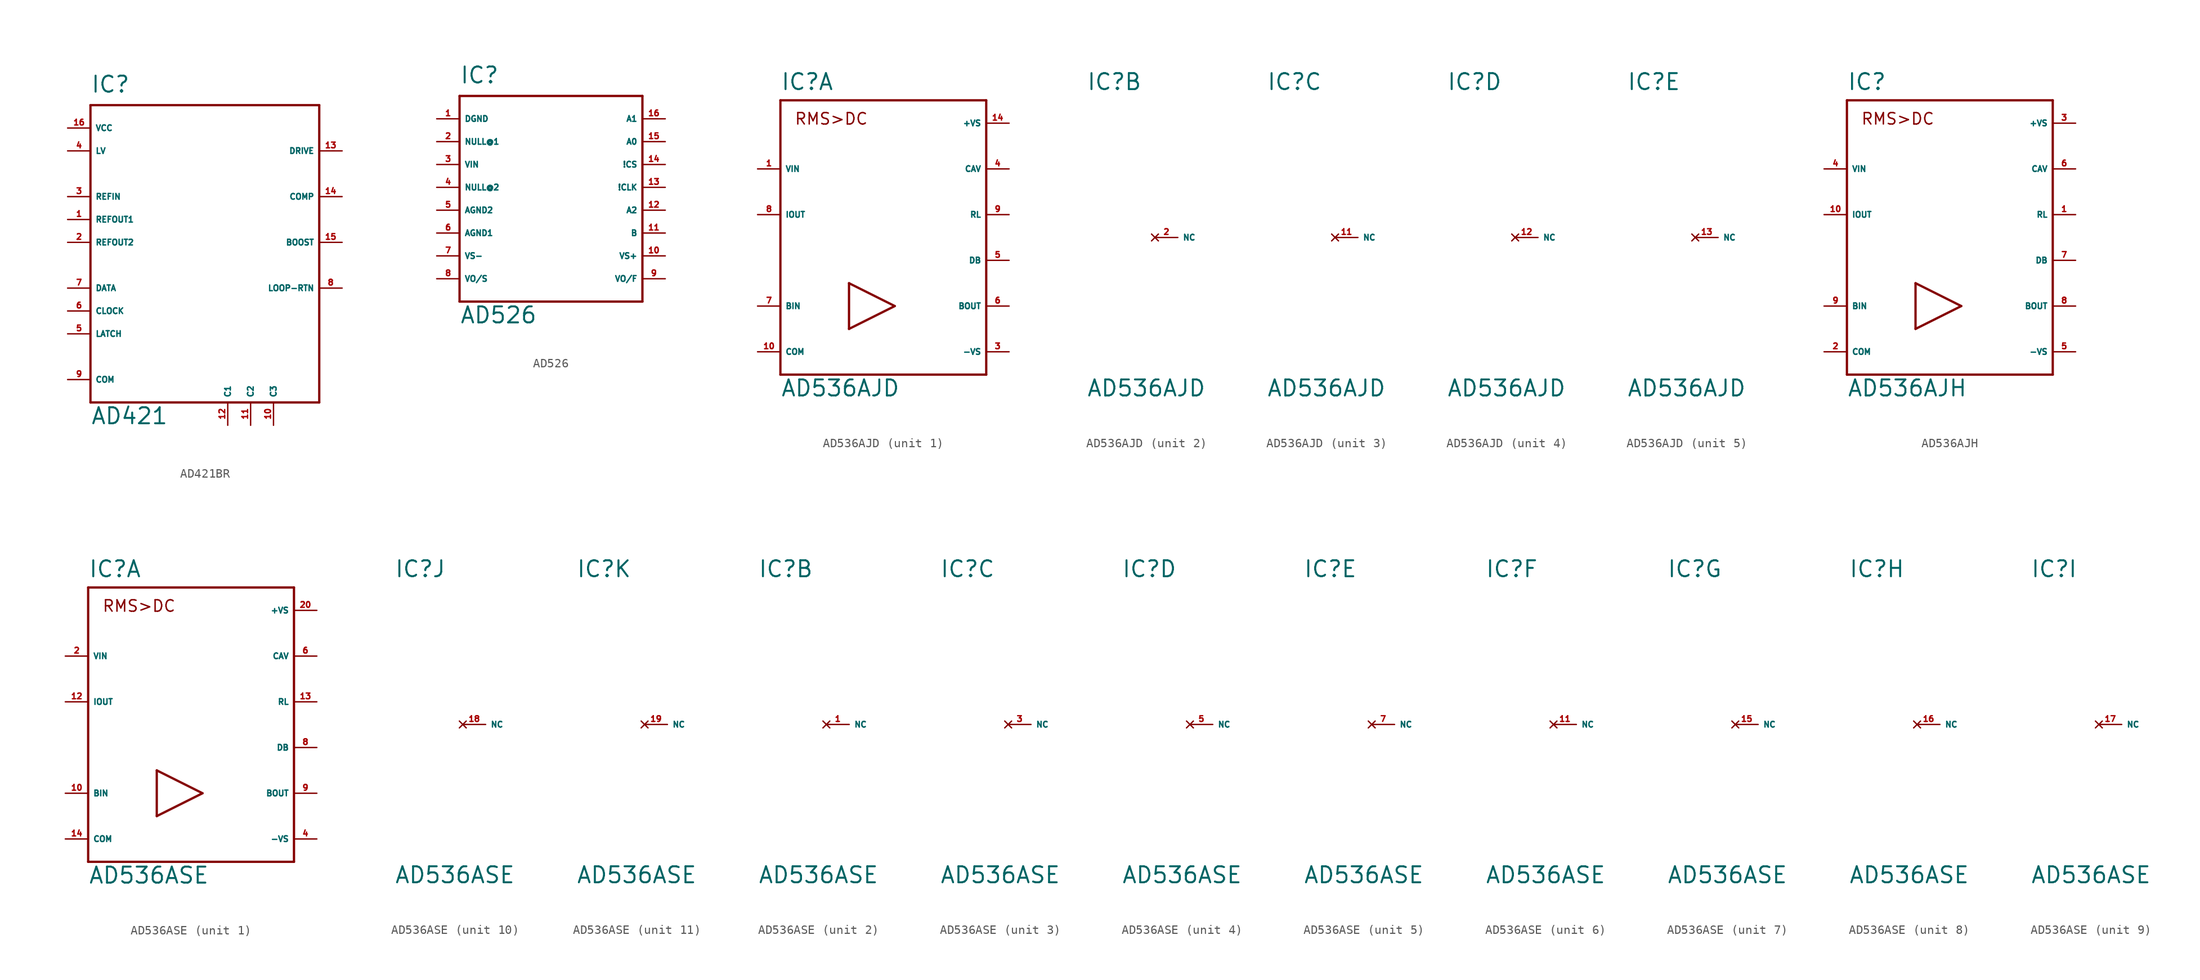
<source format=kicad_sym>
(kicad_symbol_lib
  (version 20220914)
  (generator Eagle2Kicad)
  (symbol "AD421BR"
    (property "Reference" "IC"
      (at -12.7 16.51 0)
      (effects (font (size 1.778 1.778) (thickness 0.22)) (justify left bottom)))
    (property "Value" "AD421"
      (at -12.7 -20.32 0)
      (effects (font (size 1.778 1.778) (thickness 0.22)) (justify left bottom)))
    (polyline
      (pts (xy -12.7 15.24) (xy 12.7 15.24))
      (stroke (width 0.254) (type default))
      (fill (type none)))
    (polyline
      (pts (xy 12.7 15.24) (xy 12.7 -17.78))
      (stroke (width 0.254) (type default))
      (fill (type none)))
    (polyline
      (pts (xy 12.7 -17.78) (xy -12.7 -17.78))
      (stroke (width 0.254) (type default))
      (fill (type none)))
    (polyline
      (pts (xy -12.7 -17.78) (xy -12.7 15.24))
      (stroke (width 0.254) (type default))
      (fill (type none)))
    (pin output line
      (at 15.24 10.16 180)
      (length 2.54)
      (name "DRIVE" (effects (font (size 0.635 0.635) (thickness 0.08)) (justify left bottom)))
      (number "13" (effects (font (size 0.635 0.635) (thickness 0.08)) (justify left bottom))))
    (pin open_collector line
      (at 15.24 0 180)
      (length 2.54)
      (name "BOOST" (effects (font (size 0.635 0.635) (thickness 0.08)) (justify left bottom)))
      (number "15" (effects (font (size 0.635 0.635) (thickness 0.08)) (justify left bottom))))
    (pin input line
      (at -15.24 -5.08 0)
      (length 2.54)
      (name "DATA" (effects (font (size 0.635 0.635) (thickness 0.08)) (justify left bottom)))
      (number "7" (effects (font (size 0.635 0.635) (thickness 0.08)) (justify left bottom))))
    (pin passive line
      (at 15.24 -5.08 180)
      (length 2.54)
      (name "LOOP-RTN" (effects (font (size 0.635 0.635) (thickness 0.08)) (justify left bottom)))
      (number "8" (effects (font (size 0.635 0.635) (thickness 0.08)) (justify left bottom))))
    (pin passive line
      (at 2.54 -20.32 90)
      (length 2.54)
      (name "C1" (effects (font (size 0.635 0.635) (thickness 0.08)) (justify left bottom)))
      (number "12" (effects (font (size 0.635 0.635) (thickness 0.08)) (justify left bottom))))
    (pin input line
      (at -15.24 5.08 0)
      (length 2.54)
      (name "REFIN" (effects (font (size 0.635 0.635) (thickness 0.08)) (justify left bottom)))
      (number "3" (effects (font (size 0.635 0.635) (thickness 0.08)) (justify left bottom))))
    (pin output line
      (at -15.24 2.54 0)
      (length 2.54)
      (name "REFOUT1" (effects (font (size 0.635 0.635) (thickness 0.08)) (justify left bottom)))
      (number "1" (effects (font (size 0.635 0.635) (thickness 0.08)) (justify left bottom))))
    (pin unspecified line
      (at -15.24 12.7 0)
      (length 2.54)
      (name "VCC" (effects (font (size 0.635 0.635) (thickness 0.08)) (justify left bottom)))
      (number "16" (effects (font (size 0.635 0.635) (thickness 0.08)) (justify left bottom))))
    (pin unspecified line
      (at -15.24 -15.24 0)
      (length 2.54)
      (name "COM" (effects (font (size 0.635 0.635) (thickness 0.08)) (justify left bottom)))
      (number "9" (effects (font (size 0.635 0.635) (thickness 0.08)) (justify left bottom))))
    (pin output line
      (at 15.24 5.08 180)
      (length 2.54)
      (name "COMP" (effects (font (size 0.635 0.635) (thickness 0.08)) (justify left bottom)))
      (number "14" (effects (font (size 0.635 0.635) (thickness 0.08)) (justify left bottom))))
    (pin passive line
      (at 5.08 -20.32 90)
      (length 2.54)
      (name "C2" (effects (font (size 0.635 0.635) (thickness 0.08)) (justify left bottom)))
      (number "11" (effects (font (size 0.635 0.635) (thickness 0.08)) (justify left bottom))))
    (pin passive line
      (at 7.62 -20.32 90)
      (length 2.54)
      (name "C3" (effects (font (size 0.635 0.635) (thickness 0.08)) (justify left bottom)))
      (number "10" (effects (font (size 0.635 0.635) (thickness 0.08)) (justify left bottom))))
    (pin input line
      (at -15.24 -7.62 0)
      (length 2.54)
      (name "CLOCK" (effects (font (size 0.635 0.635) (thickness 0.08)) (justify left bottom)))
      (number "6" (effects (font (size 0.635 0.635) (thickness 0.08)) (justify left bottom))))
    (pin input line
      (at -15.24 -10.16 0)
      (length 2.54)
      (name "LATCH" (effects (font (size 0.635 0.635) (thickness 0.08)) (justify left bottom)))
      (number "5" (effects (font (size 0.635 0.635) (thickness 0.08)) (justify left bottom))))
    (pin output line
      (at -15.24 0 0)
      (length 2.54)
      (name "REFOUT2" (effects (font (size 0.635 0.635) (thickness 0.08)) (justify left bottom)))
      (number "2" (effects (font (size 0.635 0.635) (thickness 0.08)) (justify left bottom))))
    (pin input line
      (at -15.24 10.16 0)
      (length 2.54)
      (name "LV" (effects (font (size 0.635 0.635) (thickness 0.08)) (justify left bottom)))
      (number "4" (effects (font (size 0.635 0.635) (thickness 0.08)) (justify left bottom)))))
  (symbol "AD526"
    (property "Reference" "IC"
      (at -10.16 11.43 0)
      (effects (font (size 1.778 1.778) (thickness 0.22)) (justify left bottom)))
    (property "Value" "AD526"
      (at -10.16 -15.24 0)
      (effects (font (size 1.778 1.778) (thickness 0.22)) (justify left bottom)))
    (polyline
      (pts (xy -10.16 10.16) (xy 10.16 10.16))
      (stroke (width 0.254) (type default))
      (fill (type none)))
    (polyline
      (pts (xy 10.16 10.16) (xy 10.16 -12.7))
      (stroke (width 0.254) (type default))
      (fill (type none)))
    (polyline
      (pts (xy 10.16 -12.7) (xy -10.16 -12.7))
      (stroke (width 0.254) (type default))
      (fill (type none)))
    (polyline
      (pts (xy -10.16 -12.7) (xy -10.16 10.16))
      (stroke (width 0.254) (type default))
      (fill (type none)))
    (pin input line
      (at 12.7 5.08 180)
      (length 2.54)
      (name "A0" (effects (font (size 0.635 0.635) (thickness 0.08)) (justify left bottom)))
      (number "15" (effects (font (size 0.635 0.635) (thickness 0.08)) (justify left bottom))))
    (pin input line
      (at 12.7 7.62 180)
      (length 2.54)
      (name "A1" (effects (font (size 0.635 0.635) (thickness 0.08)) (justify left bottom)))
      (number "16" (effects (font (size 0.635 0.635) (thickness 0.08)) (justify left bottom))))
    (pin input line
      (at 12.7 2.54 180)
      (length 2.54)
      (name "!CS" (effects (font (size 0.635 0.635) (thickness 0.08)) (justify left bottom)))
      (number "14" (effects (font (size 0.635 0.635) (thickness 0.08)) (justify left bottom))))
    (pin input line
      (at 12.7 0 180)
      (length 2.54)
      (name "!CLK" (effects (font (size 0.635 0.635) (thickness 0.08)) (justify left bottom)))
      (number "13" (effects (font (size 0.635 0.635) (thickness 0.08)) (justify left bottom))))
    (pin input line
      (at 12.7 -2.54 180)
      (length 2.54)
      (name "A2" (effects (font (size 0.635 0.635) (thickness 0.08)) (justify left bottom)))
      (number "12" (effects (font (size 0.635 0.635) (thickness 0.08)) (justify left bottom))))
    (pin input line
      (at 12.7 -5.08 180)
      (length 2.54)
      (name "B" (effects (font (size 0.635 0.635) (thickness 0.08)) (justify left bottom)))
      (number "11" (effects (font (size 0.635 0.635) (thickness 0.08)) (justify left bottom))))
    (pin input line
      (at 12.7 -7.62 180)
      (length 2.54)
      (name "VS+" (effects (font (size 0.635 0.635) (thickness 0.08)) (justify left bottom)))
      (number "10" (effects (font (size 0.635 0.635) (thickness 0.08)) (justify left bottom))))
    (pin input line
      (at 12.7 -10.16 180)
      (length 2.54)
      (name "VO/F" (effects (font (size 0.635 0.635) (thickness 0.08)) (justify left bottom)))
      (number "9" (effects (font (size 0.635 0.635) (thickness 0.08)) (justify left bottom))))
    (pin input line
      (at -12.7 -10.16 0)
      (length 2.54)
      (name "VO/S" (effects (font (size 0.635 0.635) (thickness 0.08)) (justify left bottom)))
      (number "8" (effects (font (size 0.635 0.635) (thickness 0.08)) (justify left bottom))))
    (pin input line
      (at -12.7 -7.62 0)
      (length 2.54)
      (name "VS-" (effects (font (size 0.635 0.635) (thickness 0.08)) (justify left bottom)))
      (number "7" (effects (font (size 0.635 0.635) (thickness 0.08)) (justify left bottom))))
    (pin input line
      (at -12.7 -5.08 0)
      (length 2.54)
      (name "AGND1" (effects (font (size 0.635 0.635) (thickness 0.08)) (justify left bottom)))
      (number "6" (effects (font (size 0.635 0.635) (thickness 0.08)) (justify left bottom))))
    (pin input line
      (at -12.7 -2.54 0)
      (length 2.54)
      (name "AGND2" (effects (font (size 0.635 0.635) (thickness 0.08)) (justify left bottom)))
      (number "5" (effects (font (size 0.635 0.635) (thickness 0.08)) (justify left bottom))))
    (pin input line
      (at -12.7 0 0)
      (length 2.54)
      (name "NULL@2" (effects (font (size 0.635 0.635) (thickness 0.08)) (justify left bottom)))
      (number "4" (effects (font (size 0.635 0.635) (thickness 0.08)) (justify left bottom))))
    (pin input line
      (at -12.7 2.54 0)
      (length 2.54)
      (name "VIN" (effects (font (size 0.635 0.635) (thickness 0.08)) (justify left bottom)))
      (number "3" (effects (font (size 0.635 0.635) (thickness 0.08)) (justify left bottom))))
    (pin input line
      (at -12.7 5.08 0)
      (length 2.54)
      (name "NULL@1" (effects (font (size 0.635 0.635) (thickness 0.08)) (justify left bottom)))
      (number "2" (effects (font (size 0.635 0.635) (thickness 0.08)) (justify left bottom))))
    (pin input line
      (at -12.7 7.62 0)
      (length 2.54)
      (name "DGND" (effects (font (size 0.635 0.635) (thickness 0.08)) (justify left bottom)))
      (number "1" (effects (font (size 0.635 0.635) (thickness 0.08)) (justify left bottom)))))
  (symbol "AD536AJD"
    (property "Reference" "IC"
      (at -10.16 16.256 0)
      (effects (font (size 1.778 1.778) (thickness 0.22)) (justify left bottom)))
    (property "Value" "AD536AJD"
      (at -10.16 -17.78 0)
      (effects (font (size 1.778 1.778) (thickness 0.22)) (justify left bottom)))
    (symbol "AD536AJD_1_0"
      (polyline (pts (xy -10.16 15.24) (xy 12.7 15.24)) (stroke (width 0.254) (type default)) (fill (type none)))
      (polyline (pts (xy 12.7 15.24) (xy 12.7 -15.24)) (stroke (width 0.254) (type default)) (fill (type none)))
      (polyline (pts (xy 12.7 -15.24) (xy -10.16 -15.24)) (stroke (width 0.254) (type default)) (fill (type none)))
      (polyline (pts (xy -10.16 -15.24) (xy -10.16 15.24)) (stroke (width 0.254) (type default)) (fill (type none)))
      (polyline (pts (xy 2.54 -7.62) (xy -2.54 -5.08)) (stroke (width 0.254) (type default)) (fill (type none)))
      (polyline (pts (xy -2.54 -5.08) (xy -2.54 -10.16)) (stroke (width 0.254) (type default)) (fill (type none)))
      (polyline (pts (xy -2.54 -10.16) (xy 2.54 -7.62)) (stroke (width 0.254) (type default)) (fill (type none)))
      (text "RMS>DC" (at -8.636 12.446 0) (effects (font (size 1.27 1.27) (thickness 0.16)) (justify left bottom)))
      (pin input line (at -12.7 7.62 0) (length 2.54) (name "VIN" (effects (font (size 0.635 0.635) (thickness 0.08)) (justify left bottom))) (number "1" (effects (font (size 0.635 0.635) (thickness 0.08)) (justify left bottom))))
      (pin passive line (at 15.24 2.54 180) (length 2.54) (name "RL" (effects (font (size 0.635 0.635) (thickness 0.08)) (justify left bottom))) (number "9" (effects (font (size 0.635 0.635) (thickness 0.08)) (justify left bottom))))
      (pin unspecified line (at 15.24 -12.7 180) (length 2.54) (name "-VS" (effects (font (size 0.635 0.635) (thickness 0.08)) (justify left bottom))) (number "3" (effects (font (size 0.635 0.635) (thickness 0.08)) (justify left bottom))))
      (pin output line (at 15.24 7.62 180) (length 2.54) (name "CAV" (effects (font (size 0.635 0.635) (thickness 0.08)) (justify left bottom))) (number "4" (effects (font (size 0.635 0.635) (thickness 0.08)) (justify left bottom))))
      (pin output line (at -12.7 2.54 0) (length 2.54) (name "IOUT" (effects (font (size 0.635 0.635) (thickness 0.08)) (justify left bottom))) (number "8" (effects (font (size 0.635 0.635) (thickness 0.08)) (justify left bottom))))
      (pin unspecified line (at 15.24 12.7 180) (length 2.54) (name "+VS" (effects (font (size 0.635 0.635) (thickness 0.08)) (justify left bottom))) (number "14" (effects (font (size 0.635 0.635) (thickness 0.08)) (justify left bottom))))
      (pin unspecified line (at -12.7 -12.7 0) (length 2.54) (name "COM" (effects (font (size 0.635 0.635) (thickness 0.08)) (justify left bottom))) (number "10" (effects (font (size 0.635 0.635) (thickness 0.08)) (justify left bottom))))
      (pin output line (at 15.24 -2.54 180) (length 2.54) (name "DB" (effects (font (size 0.635 0.635) (thickness 0.08)) (justify left bottom))) (number "5" (effects (font (size 0.635 0.635) (thickness 0.08)) (justify left bottom))))
      (pin input line (at -12.7 -7.62 0) (length 2.54) (name "BIN" (effects (font (size 0.635 0.635) (thickness 0.08)) (justify left bottom))) (number "7" (effects (font (size 0.635 0.635) (thickness 0.08)) (justify left bottom))))
      (pin output line (at 15.24 -7.62 180) (length 2.54) (name "BOUT" (effects (font (size 0.635 0.635) (thickness 0.08)) (justify left bottom))) (number "6" (effects (font (size 0.635 0.635) (thickness 0.08)) (justify left bottom)))))
    (symbol "AD536AJD_2_0"
      (pin no_connect line (at -2.54 0 0) (length 2.54) (name "NC" (effects (font (size 0.635 0.635) (thickness 0.08)) (justify left bottom) hide)) (number "2" (effects (font (size 0.635 0.635) (thickness 0.08)) (justify left bottom) hide))))
    (symbol "AD536AJD_3_0"
      (pin no_connect line (at -2.54 0 0) (length 2.54) (name "NC" (effects (font (size 0.635 0.635) (thickness 0.08)) (justify left bottom) hide)) (number "11" (effects (font (size 0.635 0.635) (thickness 0.08)) (justify left bottom) hide))))
    (symbol "AD536AJD_4_0"
      (pin no_connect line (at -2.54 0 0) (length 2.54) (name "NC" (effects (font (size 0.635 0.635) (thickness 0.08)) (justify left bottom) hide)) (number "12" (effects (font (size 0.635 0.635) (thickness 0.08)) (justify left bottom) hide))))
    (symbol "AD536AJD_5_0"
      (pin no_connect line (at -2.54 0 0) (length 2.54) (name "NC" (effects (font (size 0.635 0.635) (thickness 0.08)) (justify left bottom) hide)) (number "13" (effects (font (size 0.635 0.635) (thickness 0.08)) (justify left bottom) hide)))))
  (symbol "AD536AJH"
    (property "Reference" "IC"
      (at -10.16 16.256 0)
      (effects (font (size 1.778 1.778) (thickness 0.22)) (justify left bottom)))
    (property "Value" "AD536AJH"
      (at -10.16 -17.78 0)
      (effects (font (size 1.778 1.778) (thickness 0.22)) (justify left bottom)))
    (polyline
      (pts (xy -10.16 15.24) (xy 12.7 15.24))
      (stroke (width 0.254) (type default))
      (fill (type none)))
    (polyline
      (pts (xy 12.7 15.24) (xy 12.7 -15.24))
      (stroke (width 0.254) (type default))
      (fill (type none)))
    (polyline
      (pts (xy 12.7 -15.24) (xy -10.16 -15.24))
      (stroke (width 0.254) (type default))
      (fill (type none)))
    (polyline
      (pts (xy -10.16 -15.24) (xy -10.16 15.24))
      (stroke (width 0.254) (type default))
      (fill (type none)))
    (polyline
      (pts (xy 2.54 -7.62) (xy -2.54 -5.08))
      (stroke (width 0.254) (type default))
      (fill (type none)))
    (polyline
      (pts (xy -2.54 -5.08) (xy -2.54 -10.16))
      (stroke (width 0.254) (type default))
      (fill (type none)))
    (polyline
      (pts (xy -2.54 -10.16) (xy 2.54 -7.62))
      (stroke (width 0.254) (type default))
      (fill (type none)))
    (text "RMS>DC"
      (at -8.636 12.446 0)
      (effects (font (size 1.27 1.27) (thickness 0.16)) (justify left bottom)))
    (pin input line
      (at -12.7 7.62 0)
      (length 2.54)
      (name "VIN" (effects (font (size 0.635 0.635) (thickness 0.08)) (justify left bottom)))
      (number "4" (effects (font (size 0.635 0.635) (thickness 0.08)) (justify left bottom))))
    (pin passive line
      (at 15.24 2.54 180)
      (length 2.54)
      (name "RL" (effects (font (size 0.635 0.635) (thickness 0.08)) (justify left bottom)))
      (number "1" (effects (font (size 0.635 0.635) (thickness 0.08)) (justify left bottom))))
    (pin unspecified line
      (at 15.24 -12.7 180)
      (length 2.54)
      (name "-VS" (effects (font (size 0.635 0.635) (thickness 0.08)) (justify left bottom)))
      (number "5" (effects (font (size 0.635 0.635) (thickness 0.08)) (justify left bottom))))
    (pin output line
      (at 15.24 7.62 180)
      (length 2.54)
      (name "CAV" (effects (font (size 0.635 0.635) (thickness 0.08)) (justify left bottom)))
      (number "6" (effects (font (size 0.635 0.635) (thickness 0.08)) (justify left bottom))))
    (pin output line
      (at -12.7 2.54 0)
      (length 2.54)
      (name "IOUT" (effects (font (size 0.635 0.635) (thickness 0.08)) (justify left bottom)))
      (number "10" (effects (font (size 0.635 0.635) (thickness 0.08)) (justify left bottom))))
    (pin unspecified line
      (at 15.24 12.7 180)
      (length 2.54)
      (name "+VS" (effects (font (size 0.635 0.635) (thickness 0.08)) (justify left bottom)))
      (number "3" (effects (font (size 0.635 0.635) (thickness 0.08)) (justify left bottom))))
    (pin unspecified line
      (at -12.7 -12.7 0)
      (length 2.54)
      (name "COM" (effects (font (size 0.635 0.635) (thickness 0.08)) (justify left bottom)))
      (number "2" (effects (font (size 0.635 0.635) (thickness 0.08)) (justify left bottom))))
    (pin output line
      (at 15.24 -2.54 180)
      (length 2.54)
      (name "DB" (effects (font (size 0.635 0.635) (thickness 0.08)) (justify left bottom)))
      (number "7" (effects (font (size 0.635 0.635) (thickness 0.08)) (justify left bottom))))
    (pin input line
      (at -12.7 -7.62 0)
      (length 2.54)
      (name "BIN" (effects (font (size 0.635 0.635) (thickness 0.08)) (justify left bottom)))
      (number "9" (effects (font (size 0.635 0.635) (thickness 0.08)) (justify left bottom))))
    (pin output line
      (at 15.24 -7.62 180)
      (length 2.54)
      (name "BOUT" (effects (font (size 0.635 0.635) (thickness 0.08)) (justify left bottom)))
      (number "8" (effects (font (size 0.635 0.635) (thickness 0.08)) (justify left bottom)))))
  (symbol "AD536ASE"
    (property "Reference" "IC"
      (at -10.16 16.256 0)
      (effects (font (size 1.778 1.778) (thickness 0.22)) (justify left bottom)))
    (property "Value" "AD536ASE"
      (at -10.16 -17.78 0)
      (effects (font (size 1.778 1.778) (thickness 0.22)) (justify left bottom)))
    (symbol "AD536ASE_1_0"
      (polyline (pts (xy -10.16 15.24) (xy 12.7 15.24)) (stroke (width 0.254) (type default)) (fill (type none)))
      (polyline (pts (xy 12.7 15.24) (xy 12.7 -15.24)) (stroke (width 0.254) (type default)) (fill (type none)))
      (polyline (pts (xy 12.7 -15.24) (xy -10.16 -15.24)) (stroke (width 0.254) (type default)) (fill (type none)))
      (polyline (pts (xy -10.16 -15.24) (xy -10.16 15.24)) (stroke (width 0.254) (type default)) (fill (type none)))
      (polyline (pts (xy 2.54 -7.62) (xy -2.54 -5.08)) (stroke (width 0.254) (type default)) (fill (type none)))
      (polyline (pts (xy -2.54 -5.08) (xy -2.54 -10.16)) (stroke (width 0.254) (type default)) (fill (type none)))
      (polyline (pts (xy -2.54 -10.16) (xy 2.54 -7.62)) (stroke (width 0.254) (type default)) (fill (type none)))
      (text "RMS>DC" (at -8.636 12.446 0) (effects (font (size 1.27 1.27) (thickness 0.16)) (justify left bottom)))
      (pin input line (at -12.7 7.62 0) (length 2.54) (name "VIN" (effects (font (size 0.635 0.635) (thickness 0.08)) (justify left bottom))) (number "2" (effects (font (size 0.635 0.635) (thickness 0.08)) (justify left bottom))))
      (pin passive line (at 15.24 2.54 180) (length 2.54) (name "RL" (effects (font (size 0.635 0.635) (thickness 0.08)) (justify left bottom))) (number "13" (effects (font (size 0.635 0.635) (thickness 0.08)) (justify left bottom))))
      (pin unspecified line (at 15.24 -12.7 180) (length 2.54) (name "-VS" (effects (font (size 0.635 0.635) (thickness 0.08)) (justify left bottom))) (number "4" (effects (font (size 0.635 0.635) (thickness 0.08)) (justify left bottom))))
      (pin output line (at 15.24 7.62 180) (length 2.54) (name "CAV" (effects (font (size 0.635 0.635) (thickness 0.08)) (justify left bottom))) (number "6" (effects (font (size 0.635 0.635) (thickness 0.08)) (justify left bottom))))
      (pin output line (at -12.7 2.54 0) (length 2.54) (name "IOUT" (effects (font (size 0.635 0.635) (thickness 0.08)) (justify left bottom))) (number "12" (effects (font (size 0.635 0.635) (thickness 0.08)) (justify left bottom))))
      (pin unspecified line (at 15.24 12.7 180) (length 2.54) (name "+VS" (effects (font (size 0.635 0.635) (thickness 0.08)) (justify left bottom))) (number "20" (effects (font (size 0.635 0.635) (thickness 0.08)) (justify left bottom))))
      (pin unspecified line (at -12.7 -12.7 0) (length 2.54) (name "COM" (effects (font (size 0.635 0.635) (thickness 0.08)) (justify left bottom))) (number "14" (effects (font (size 0.635 0.635) (thickness 0.08)) (justify left bottom))))
      (pin output line (at 15.24 -2.54 180) (length 2.54) (name "DB" (effects (font (size 0.635 0.635) (thickness 0.08)) (justify left bottom))) (number "8" (effects (font (size 0.635 0.635) (thickness 0.08)) (justify left bottom))))
      (pin input line (at -12.7 -7.62 0) (length 2.54) (name "BIN" (effects (font (size 0.635 0.635) (thickness 0.08)) (justify left bottom))) (number "10" (effects (font (size 0.635 0.635) (thickness 0.08)) (justify left bottom))))
      (pin output line (at 15.24 -7.62 180) (length 2.54) (name "BOUT" (effects (font (size 0.635 0.635) (thickness 0.08)) (justify left bottom))) (number "9" (effects (font (size 0.635 0.635) (thickness 0.08)) (justify left bottom)))))
    (symbol "AD536ASE_2_0"
      (pin no_connect line (at -2.54 0 0) (length 2.54) (name "NC" (effects (font (size 0.635 0.635) (thickness 0.08)) (justify left bottom) hide)) (number "1" (effects (font (size 0.635 0.635) (thickness 0.08)) (justify left bottom) hide))))
    (symbol "AD536ASE_3_0"
      (pin no_connect line (at -2.54 0 0) (length 2.54) (name "NC" (effects (font (size 0.635 0.635) (thickness 0.08)) (justify left bottom) hide)) (number "3" (effects (font (size 0.635 0.635) (thickness 0.08)) (justify left bottom) hide))))
    (symbol "AD536ASE_4_0"
      (pin no_connect line (at -2.54 0 0) (length 2.54) (name "NC" (effects (font (size 0.635 0.635) (thickness 0.08)) (justify left bottom) hide)) (number "5" (effects (font (size 0.635 0.635) (thickness 0.08)) (justify left bottom) hide))))
    (symbol "AD536ASE_5_0"
      (pin no_connect line (at -2.54 0 0) (length 2.54) (name "NC" (effects (font (size 0.635 0.635) (thickness 0.08)) (justify left bottom) hide)) (number "7" (effects (font (size 0.635 0.635) (thickness 0.08)) (justify left bottom) hide))))
    (symbol "AD536ASE_6_0"
      (pin no_connect line (at -2.54 0 0) (length 2.54) (name "NC" (effects (font (size 0.635 0.635) (thickness 0.08)) (justify left bottom) hide)) (number "11" (effects (font (size 0.635 0.635) (thickness 0.08)) (justify left bottom) hide))))
    (symbol "AD536ASE_7_0"
      (pin no_connect line (at -2.54 0 0) (length 2.54) (name "NC" (effects (font (size 0.635 0.635) (thickness 0.08)) (justify left bottom) hide)) (number "15" (effects (font (size 0.635 0.635) (thickness 0.08)) (justify left bottom) hide))))
    (symbol "AD536ASE_8_0"
      (pin no_connect line (at -2.54 0 0) (length 2.54) (name "NC" (effects (font (size 0.635 0.635) (thickness 0.08)) (justify left bottom) hide)) (number "16" (effects (font (size 0.635 0.635) (thickness 0.08)) (justify left bottom) hide))))
    (symbol "AD536ASE_9_0"
      (pin no_connect line (at -2.54 0 0) (length 2.54) (name "NC" (effects (font (size 0.635 0.635) (thickness 0.08)) (justify left bottom) hide)) (number "17" (effects (font (size 0.635 0.635) (thickness 0.08)) (justify left bottom) hide))))
    (symbol "AD536ASE_10_0"
      (pin no_connect line (at -2.54 0 0) (length 2.54) (name "NC" (effects (font (size 0.635 0.635) (thickness 0.08)) (justify left bottom) hide)) (number "18" (effects (font (size 0.635 0.635) (thickness 0.08)) (justify left bottom) hide))))
    (symbol "AD536ASE_11_0"
      (pin no_connect line (at -2.54 0 0) (length 2.54) (name "NC" (effects (font (size 0.635 0.635) (thickness 0.08)) (justify left bottom) hide)) (number "19" (effects (font (size 0.635 0.635) (thickness 0.08)) (justify left bottom) hide))))))
</source>
